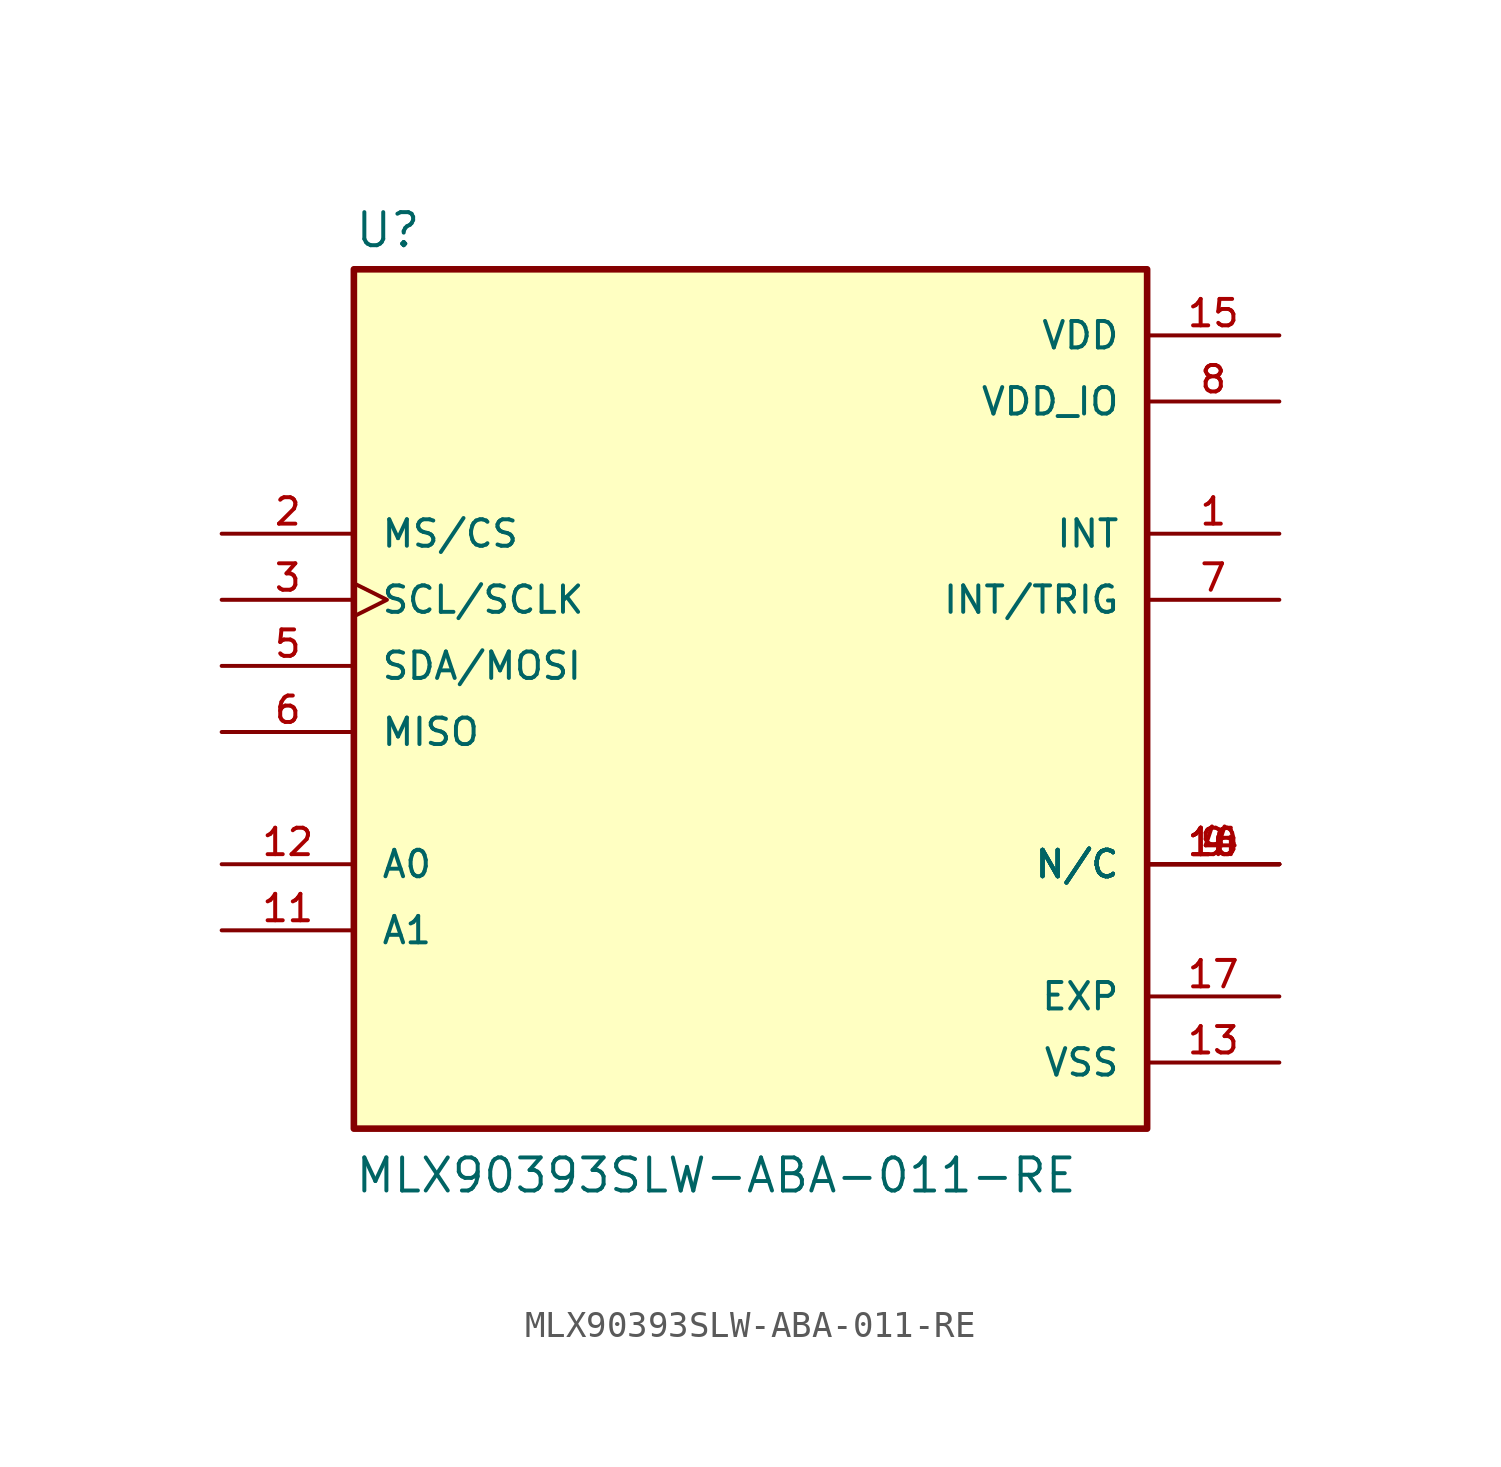
<source format=kicad_sym>
(kicad_symbol_lib
  (version 20211014)
  (generator kicad_symbol_editor)
  (symbol "MLX90393SLW-ABA-011-RE"
    (pin_names
      (offset 1.016))
    (property "Reference" "U"
      (at -15.24 16.002 0)
      (effects (font (size 1.27 1.27)) (justify bottom left)))
    (property "Value" "MLX90393SLW-ABA-011-RE"
      (at -15.24 -20.32 0)
      (effects (font (size 1.27 1.27)) (justify bottom left)))
    (symbol "MLX90393SLW-ABA-011-RE_0_0"
      (rectangle (start -15.24 -17.78) (end 15.24 15.24) (stroke (width 0.254)) (fill (type background)))
      (pin output line (at 20.32 5.08 180.0) (length 5.08) (name "INT" (effects (font (size 1.016 1.016)))) (number "1" (effects (font (size 1.016 1.016)))))
      (pin input line (at -20.32 5.08 0) (length 5.08) (name "MS/CS" (effects (font (size 1.016 1.016)))) (number "2" (effects (font (size 1.016 1.016)))))
      (pin input clock (at -20.32 2.54 0) (length 5.08) (name "SCL/SCLK" (effects (font (size 1.016 1.016)))) (number "3" (effects (font (size 1.016 1.016)))))
      (pin passive line (at 20.32 -7.62 180.0) (length 5.08) (name "N/C" (effects (font (size 1.016 1.016)))) (number "4" (effects (font (size 1.016 1.016)))))
      (pin passive line (at 20.32 -7.62 180.0) (length 5.08) (name "N/C" (effects (font (size 1.016 1.016)))) (number "9" (effects (font (size 1.016 1.016)))))
      (pin passive line (at 20.32 -7.62 180.0) (length 5.08) (name "N/C" (effects (font (size 1.016 1.016)))) (number "10" (effects (font (size 1.016 1.016)))))
      (pin passive line (at 20.32 -7.62 180.0) (length 5.08) (name "N/C" (effects (font (size 1.016 1.016)))) (number "14" (effects (font (size 1.016 1.016)))))
      (pin passive line (at 20.32 -7.62 180.0) (length 5.08) (name "N/C" (effects (font (size 1.016 1.016)))) (number "16" (effects (font (size 1.016 1.016)))))
      (pin bidirectional line (at -20.32 0.0 0) (length 5.08) (name "SDA/MOSI" (effects (font (size 1.016 1.016)))) (number "5" (effects (font (size 1.016 1.016)))))
      (pin output line (at -20.32 -2.54 0) (length 5.08) (name "MISO" (effects (font (size 1.016 1.016)))) (number "6" (effects (font (size 1.016 1.016)))))
      (pin bidirectional line (at 20.32 2.54 180.0) (length 5.08) (name "INT/TRIG" (effects (font (size 1.016 1.016)))) (number "7" (effects (font (size 1.016 1.016)))))
      (pin power_in line (at 20.32 10.16 180.0) (length 5.08) (name "VDD_IO" (effects (font (size 1.016 1.016)))) (number "8" (effects (font (size 1.016 1.016)))))
      (pin input line (at -20.32 -10.16 0) (length 5.08) (name "A1" (effects (font (size 1.016 1.016)))) (number "11" (effects (font (size 1.016 1.016)))))
      (pin input line (at -20.32 -7.62 0) (length 5.08) (name "A0" (effects (font (size 1.016 1.016)))) (number "12" (effects (font (size 1.016 1.016)))))
      (pin power_in line (at 20.32 -15.24 180.0) (length 5.08) (name "VSS" (effects (font (size 1.016 1.016)))) (number "13" (effects (font (size 1.016 1.016)))))
      (pin power_in line (at 20.32 12.7 180.0) (length 5.08) (name "VDD" (effects (font (size 1.016 1.016)))) (number "15" (effects (font (size 1.016 1.016)))))
      (pin passive line (at 20.32 -12.7 180.0) (length 5.08) (name "EXP" (effects (font (size 1.016 1.016)))) (number "17" (effects (font (size 1.016 1.016))))))))
</source>
